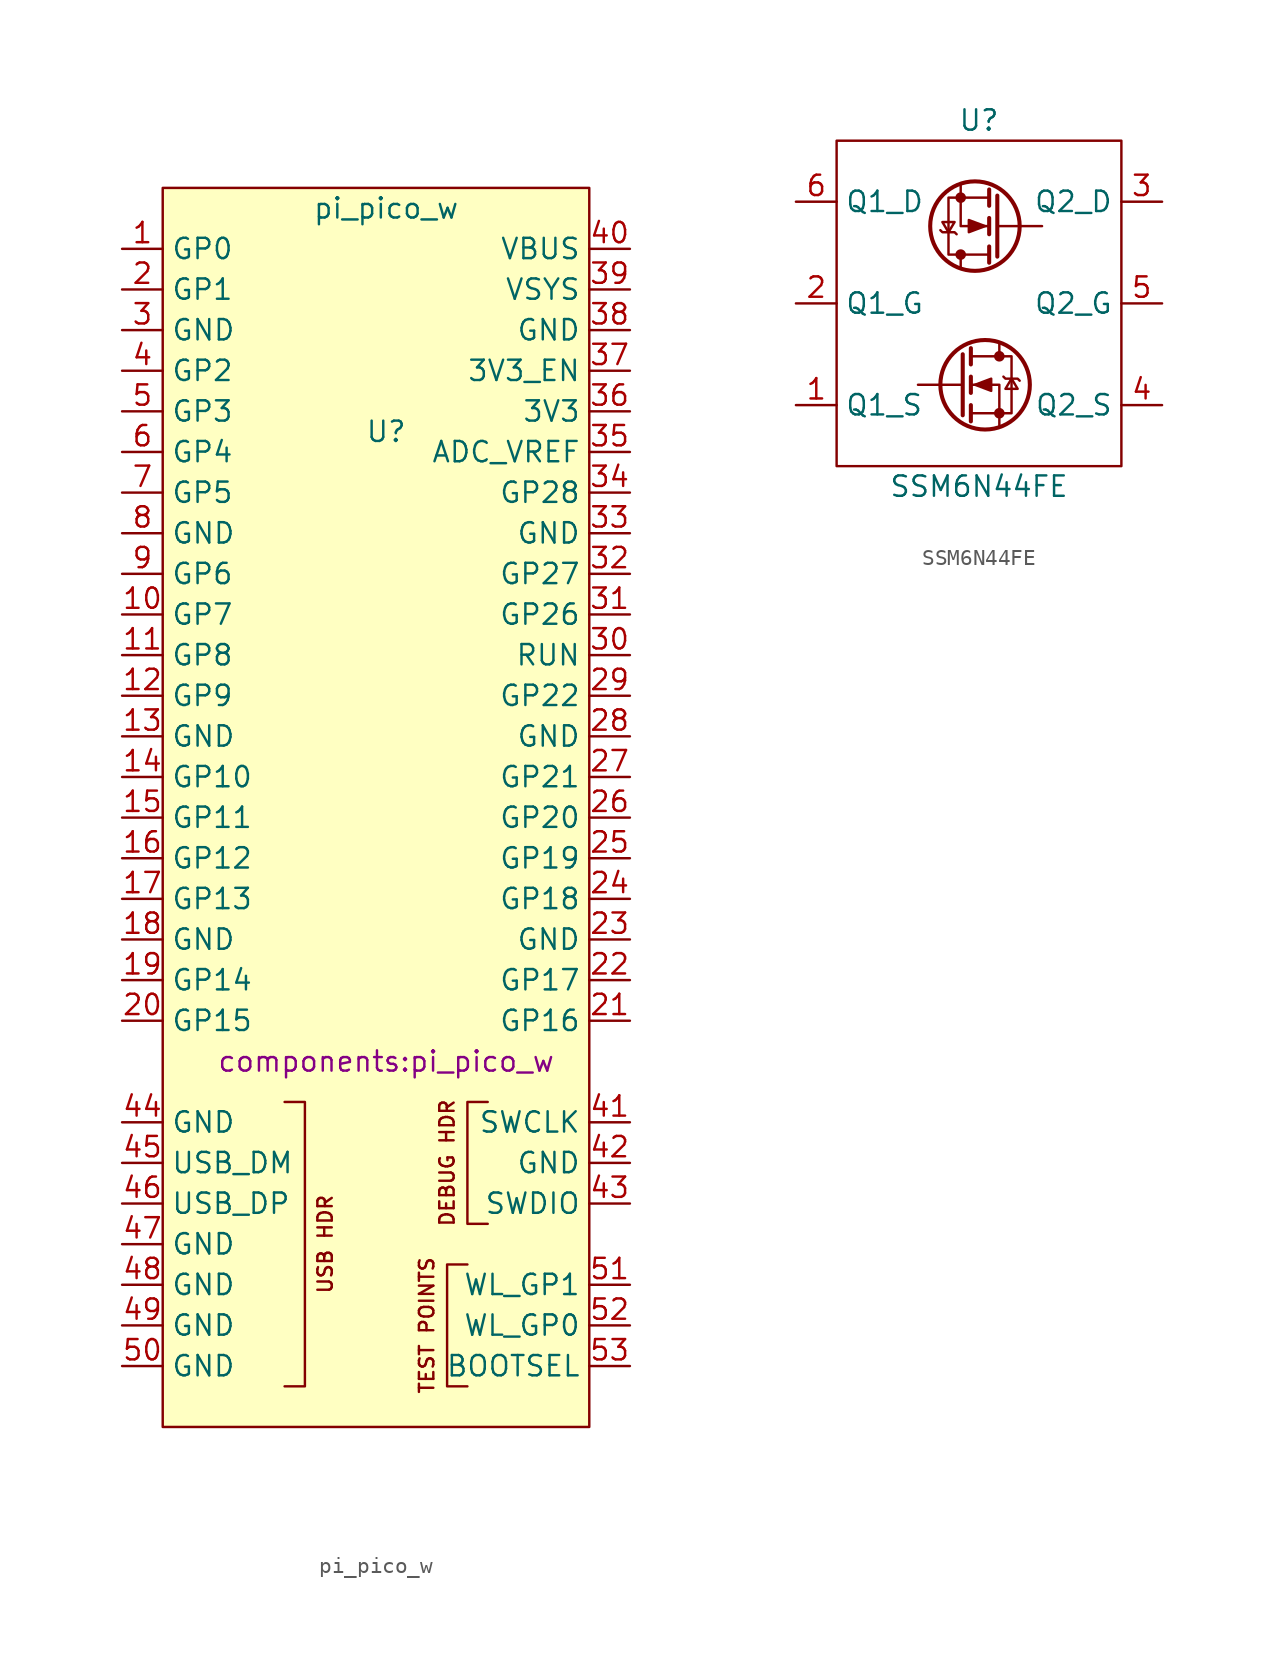
<source format=kicad_sym>
(kicad_symbol_lib
  (version 20211014)
  (generator kicad_symbol_editor)
  (symbol "pi_pico_w"
    (property "Reference" "U"
      (at 0 15.24 0)
      (effects (font (size 1.27 1.27))))
    (property "Value" "pi_pico_w"
      (at 0 29.21 0)
      (effects (font (size 1.27 1.27))))
    (property "Footprint" "components:pi_pico_w"
      (at 0 -24.13 0)
      (effects (font (size 1.27 1.27))))
    (symbol "pi_pico_w_0_0"
      (polyline (pts (xy 5.08 -44.45) (xy 3.81 -44.45) (xy 3.81 -36.83) (xy 5.08 -36.83)) (stroke (width 0) (type default) (color 0 0 0 0)) (fill (type none)))
      (text "DEBUG HDR" (at 3.81 -30.48 900) (effects (font (size 0.9 0.9))))
      (text "TEST POINTS" (at 2.54 -40.64 900) (effects (font (size 0.9 0.9))))
      (text "USB HDR" (at -3.81 -35.56 900) (effects (font (size 0.9 0.9)))))
    (symbol "pi_pico_w_0_1"
      (rectangle (start -13.97 30.48) (end 12.7 -46.99) (stroke (width 0) (type default) (color 0 0 0 0)) (fill (type background)))
      (polyline (pts (xy -6.35 -44.45) (xy -5.08 -44.45) (xy -5.08 -26.67) (xy -6.35 -26.67)) (stroke (width 0) (type default) (color 0 0 0 0)) (fill (type none)))
      (polyline (pts (xy 6.35 -26.67) (xy 5.08 -26.67) (xy 5.08 -34.29) (xy 6.35 -34.29)) (stroke (width 0) (type default) (color 0 0 0 0)) (fill (type none))))
    (symbol "pi_pico_w_1_1"
      (pin bidirectional line (at -16.51 26.67 0) (length 2.54) (name "GP0" (effects (font (size 1.27 1.27)))) (number "1" (effects (font (size 1.27 1.27)))))
      (pin bidirectional line (at -16.51 3.81 0) (length 2.54) (name "GP7" (effects (font (size 1.27 1.27)))) (number "10" (effects (font (size 1.27 1.27)))))
      (pin bidirectional line (at -16.51 1.27 0) (length 2.54) (name "GP8" (effects (font (size 1.27 1.27)))) (number "11" (effects (font (size 1.27 1.27)))))
      (pin bidirectional line (at -16.51 -1.27 0) (length 2.54) (name "GP9" (effects (font (size 1.27 1.27)))) (number "12" (effects (font (size 1.27 1.27)))))
      (pin bidirectional line (at -16.51 -3.81 0) (length 2.54) (name "GND" (effects (font (size 1.27 1.27)))) (number "13" (effects (font (size 1.27 1.27)))))
      (pin bidirectional line (at -16.51 -6.35 0) (length 2.54) (name "GP10" (effects (font (size 1.27 1.27)))) (number "14" (effects (font (size 1.27 1.27)))))
      (pin bidirectional line (at -16.51 -8.89 0) (length 2.54) (name "GP11" (effects (font (size 1.27 1.27)))) (number "15" (effects (font (size 1.27 1.27)))))
      (pin bidirectional line (at -16.51 -11.43 0) (length 2.54) (name "GP12" (effects (font (size 1.27 1.27)))) (number "16" (effects (font (size 1.27 1.27)))))
      (pin bidirectional line (at -16.51 -13.97 0) (length 2.54) (name "GP13" (effects (font (size 1.27 1.27)))) (number "17" (effects (font (size 1.27 1.27)))))
      (pin bidirectional line (at -16.51 -16.51 0) (length 2.54) (name "GND" (effects (font (size 1.27 1.27)))) (number "18" (effects (font (size 1.27 1.27)))))
      (pin bidirectional line (at -16.51 -19.05 0) (length 2.54) (name "GP14" (effects (font (size 1.27 1.27)))) (number "19" (effects (font (size 1.27 1.27)))))
      (pin bidirectional line (at -16.51 24.13 0) (length 2.54) (name "GP1" (effects (font (size 1.27 1.27)))) (number "2" (effects (font (size 1.27 1.27)))))
      (pin bidirectional line (at -16.51 -21.59 0) (length 2.54) (name "GP15" (effects (font (size 1.27 1.27)))) (number "20" (effects (font (size 1.27 1.27)))))
      (pin bidirectional line (at 15.24 -21.59 180) (length 2.54) (name "GP16" (effects (font (size 1.27 1.27)))) (number "21" (effects (font (size 1.27 1.27)))))
      (pin bidirectional line (at 15.24 -19.05 180) (length 2.54) (name "GP17" (effects (font (size 1.27 1.27)))) (number "22" (effects (font (size 1.27 1.27)))))
      (pin bidirectional line (at 15.24 -16.51 180) (length 2.54) (name "GND" (effects (font (size 1.27 1.27)))) (number "23" (effects (font (size 1.27 1.27)))))
      (pin bidirectional line (at 15.24 -13.97 180) (length 2.54) (name "GP18" (effects (font (size 1.27 1.27)))) (number "24" (effects (font (size 1.27 1.27)))))
      (pin bidirectional line (at 15.24 -11.43 180) (length 2.54) (name "GP19" (effects (font (size 1.27 1.27)))) (number "25" (effects (font (size 1.27 1.27)))))
      (pin bidirectional line (at 15.24 -8.89 180) (length 2.54) (name "GP20" (effects (font (size 1.27 1.27)))) (number "26" (effects (font (size 1.27 1.27)))))
      (pin bidirectional line (at 15.24 -6.35 180) (length 2.54) (name "GP21" (effects (font (size 1.27 1.27)))) (number "27" (effects (font (size 1.27 1.27)))))
      (pin bidirectional line (at 15.24 -3.81 180) (length 2.54) (name "GND" (effects (font (size 1.27 1.27)))) (number "28" (effects (font (size 1.27 1.27)))))
      (pin bidirectional line (at 15.24 -1.27 180) (length 2.54) (name "GP22" (effects (font (size 1.27 1.27)))) (number "29" (effects (font (size 1.27 1.27)))))
      (pin bidirectional line (at -16.51 21.59 0) (length 2.54) (name "GND" (effects (font (size 1.27 1.27)))) (number "3" (effects (font (size 1.27 1.27)))))
      (pin bidirectional line (at 15.24 1.27 180) (length 2.54) (name "RUN" (effects (font (size 1.27 1.27)))) (number "30" (effects (font (size 1.27 1.27)))))
      (pin bidirectional line (at 15.24 3.81 180) (length 2.54) (name "GP26" (effects (font (size 1.27 1.27)))) (number "31" (effects (font (size 1.27 1.27)))))
      (pin bidirectional line (at 15.24 6.35 180) (length 2.54) (name "GP27" (effects (font (size 1.27 1.27)))) (number "32" (effects (font (size 1.27 1.27)))))
      (pin bidirectional line (at 15.24 8.89 180) (length 2.54) (name "GND" (effects (font (size 1.27 1.27)))) (number "33" (effects (font (size 1.27 1.27)))))
      (pin bidirectional line (at 15.24 11.43 180) (length 2.54) (name "GP28" (effects (font (size 1.27 1.27)))) (number "34" (effects (font (size 1.27 1.27)))))
      (pin input line (at 15.24 13.97 180) (length 2.54) (name "ADC_VREF" (effects (font (size 1.27 1.27)))) (number "35" (effects (font (size 1.27 1.27)))))
      (pin power_out line (at 15.24 16.51 180) (length 2.54) (name "3V3" (effects (font (size 1.27 1.27)))) (number "36" (effects (font (size 1.27 1.27)))))
      (pin input line (at 15.24 19.05 180) (length 2.54) (name "3V3_EN" (effects (font (size 1.27 1.27)))) (number "37" (effects (font (size 1.27 1.27)))))
      (pin bidirectional line (at 15.24 21.59 180) (length 2.54) (name "GND" (effects (font (size 1.27 1.27)))) (number "38" (effects (font (size 1.27 1.27)))))
      (pin power_in line (at 15.24 24.13 180) (length 2.54) (name "VSYS" (effects (font (size 1.27 1.27)))) (number "39" (effects (font (size 1.27 1.27)))))
      (pin bidirectional line (at -16.51 19.05 0) (length 2.54) (name "GP2" (effects (font (size 1.27 1.27)))) (number "4" (effects (font (size 1.27 1.27)))))
      (pin power_in line (at 15.24 26.67 180) (length 2.54) (name "VBUS" (effects (font (size 1.27 1.27)))) (number "40" (effects (font (size 1.27 1.27)))))
      (pin bidirectional line (at 15.24 -27.94 180) (length 2.54) (name "SWCLK" (effects (font (size 1.27 1.27)))) (number "41" (effects (font (size 1.27 1.27)))))
      (pin bidirectional line (at 15.24 -30.48 180) (length 2.54) (name "GND" (effects (font (size 1.27 1.27)))) (number "42" (effects (font (size 1.27 1.27)))))
      (pin bidirectional line (at 15.24 -33.02 180) (length 2.54) (name "SWDIO" (effects (font (size 1.27 1.27)))) (number "43" (effects (font (size 1.27 1.27)))))
      (pin bidirectional line (at -16.51 -27.94 0) (length 2.54) (name "GND" (effects (font (size 1.27 1.27)))) (number "44" (effects (font (size 1.27 1.27)))))
      (pin bidirectional line (at -16.51 -30.48 0) (length 2.54) (name "USB_DM" (effects (font (size 1.27 1.27)))) (number "45" (effects (font (size 1.27 1.27)))))
      (pin bidirectional line (at -16.51 -33.02 0) (length 2.54) (name "USB_DP" (effects (font (size 1.27 1.27)))) (number "46" (effects (font (size 1.27 1.27)))))
      (pin bidirectional line (at -16.51 -35.56 0) (length 2.54) (name "GND" (effects (font (size 1.27 1.27)))) (number "47" (effects (font (size 1.27 1.27)))))
      (pin bidirectional line (at -16.51 -38.1 0) (length 2.54) (name "GND" (effects (font (size 1.27 1.27)))) (number "48" (effects (font (size 1.27 1.27)))))
      (pin bidirectional line (at -16.51 -40.64 0) (length 2.54) (name "GND" (effects (font (size 1.27 1.27)))) (number "49" (effects (font (size 1.27 1.27)))))
      (pin bidirectional line (at -16.51 16.51 0) (length 2.54) (name "GP3" (effects (font (size 1.27 1.27)))) (number "5" (effects (font (size 1.27 1.27)))))
      (pin bidirectional line (at -16.51 -43.18 0) (length 2.54) (name "GND" (effects (font (size 1.27 1.27)))) (number "50" (effects (font (size 1.27 1.27)))))
      (pin bidirectional line (at 15.24 -38.1 180) (length 2.54) (name "WL_GP1" (effects (font (size 1.27 1.27)))) (number "51" (effects (font (size 1.27 1.27)))))
      (pin bidirectional line (at 15.24 -40.64 180) (length 2.54) (name "WL_GP0" (effects (font (size 1.27 1.27)))) (number "52" (effects (font (size 1.27 1.27)))))
      (pin bidirectional line (at 15.24 -43.18 180) (length 2.54) (name "BOOTSEL" (effects (font (size 1.27 1.27)))) (number "53" (effects (font (size 1.27 1.27)))))
      (pin bidirectional line (at -16.51 13.97 0) (length 2.54) (name "GP4" (effects (font (size 1.27 1.27)))) (number "6" (effects (font (size 1.27 1.27)))))
      (pin bidirectional line (at -16.51 11.43 0) (length 2.54) (name "GP5" (effects (font (size 1.27 1.27)))) (number "7" (effects (font (size 1.27 1.27)))))
      (pin bidirectional line (at -16.51 8.89 0) (length 2.54) (name "GND" (effects (font (size 1.27 1.27)))) (number "8" (effects (font (size 1.27 1.27)))))
      (pin bidirectional line (at -16.51 6.35 0) (length 2.54) (name "GP6" (effects (font (size 1.27 1.27)))) (number "9" (effects (font (size 1.27 1.27)))))))
  (symbol "SSM6N44FE"
    (property "Reference" "U"
      (at 0 11.43 0)
      (effects (font (size 1.27 1.27))))
    (property "Value" "SSM6N44FE"
      (at 0 -11.43 0)
      (effects (font (size 1.27 1.27))))
    (symbol "SSM6N44FE_0_1"
      (rectangle (start -8.89 10.16) (end 8.89 -10.16) (stroke (width 0) (type default) (color 0 0 0 0)) (fill (type none)))
      (circle (center -1.143 3.048) (radius 0.254) (stroke (width 0) (type default) (color 0 0 0 0)) (fill (type outline)))
      (circle (center -1.143 6.604) (radius 0.254) (stroke (width 0) (type default) (color 0 0 0 0)) (fill (type outline)))
      (circle (center -0.254 4.826) (radius 2.794) (stroke (width 0.254) (type default) (color 0 0 0 0)) (fill (type none)))
      (polyline (pts (xy -1.143 2.286) (xy -1.143 3.048)) (stroke (width 0) (type default) (color 0 0 0 0)) (fill (type none)))
      (polyline (pts (xy -1.016 -5.08) (xy -3.81 -5.08)) (stroke (width 0) (type default) (color 0 0 0 0)) (fill (type none)))
      (polyline (pts (xy -1.016 -3.175) (xy -1.016 -6.985)) (stroke (width 0.254) (type default) (color 0 0 0 0)) (fill (type none)))
      (polyline (pts (xy -0.508 -6.35) (xy -0.508 -7.366)) (stroke (width 0.254) (type default) (color 0 0 0 0)) (fill (type none)))
      (polyline (pts (xy -0.508 -4.572) (xy -0.508 -5.588)) (stroke (width 0.254) (type default) (color 0 0 0 0)) (fill (type none)))
      (polyline (pts (xy -0.508 -2.794) (xy -0.508 -3.81)) (stroke (width 0.254) (type default) (color 0 0 0 0)) (fill (type none)))
      (polyline (pts (xy 0.635 2.54) (xy 0.635 3.556)) (stroke (width 0.254) (type default) (color 0 0 0 0)) (fill (type none)))
      (polyline (pts (xy 0.635 4.318) (xy 0.635 5.334)) (stroke (width 0.254) (type default) (color 0 0 0 0)) (fill (type none)))
      (polyline (pts (xy 0.635 6.096) (xy 0.635 7.112)) (stroke (width 0.254) (type default) (color 0 0 0 0)) (fill (type none)))
      (polyline (pts (xy 1.143 2.921) (xy 1.143 6.731)) (stroke (width 0.254) (type default) (color 0 0 0 0)) (fill (type none)))
      (polyline (pts (xy 1.143 4.826) (xy 3.937 4.826)) (stroke (width 0) (type default) (color 0 0 0 0)) (fill (type none)))
      (polyline (pts (xy 1.27 -2.54) (xy 1.27 -3.302)) (stroke (width 0) (type default) (color 0 0 0 0)) (fill (type none)))
      (polyline (pts (xy -1.143 7.366) (xy -1.143 4.826) (xy 0.635 4.826)) (stroke (width 0) (type default) (color 0 0 0 0)) (fill (type none)))
      (polyline (pts (xy 1.27 -7.62) (xy 1.27 -5.08) (xy -0.508 -5.08)) (stroke (width 0) (type default) (color 0 0 0 0)) (fill (type none)))
      (polyline (pts (xy -1.905 4.445) (xy -1.524 5.08) (xy -2.286 5.08) (xy -1.905 4.445)) (stroke (width 0) (type default) (color 0 0 0 0)) (fill (type none)))
      (polyline (pts (xy -1.397 4.318) (xy -1.524 4.445) (xy -2.286 4.445) (xy -2.413 4.572)) (stroke (width 0) (type default) (color 0 0 0 0)) (fill (type none)))
      (polyline (pts (xy -0.508 -6.858) (xy 2.032 -6.858) (xy 2.032 -3.302) (xy -0.508 -3.302)) (stroke (width 0) (type default) (color 0 0 0 0)) (fill (type none)))
      (polyline (pts (xy -0.254 -5.08) (xy 0.762 -4.699) (xy 0.762 -5.461) (xy -0.254 -5.08)) (stroke (width 0) (type default) (color 0 0 0 0)) (fill (type outline)))
      (polyline (pts (xy 0.381 4.826) (xy -0.635 4.445) (xy -0.635 5.207) (xy 0.381 4.826)) (stroke (width 0) (type default) (color 0 0 0 0)) (fill (type outline)))
      (polyline (pts (xy 0.635 6.604) (xy -1.905 6.604) (xy -1.905 3.048) (xy 0.635 3.048)) (stroke (width 0) (type default) (color 0 0 0 0)) (fill (type none)))
      (polyline (pts (xy 1.524 -4.572) (xy 1.651 -4.699) (xy 2.413 -4.699) (xy 2.54 -4.826)) (stroke (width 0) (type default) (color 0 0 0 0)) (fill (type none)))
      (polyline (pts (xy 2.032 -4.699) (xy 1.651 -5.334) (xy 2.413 -5.334) (xy 2.032 -4.699)) (stroke (width 0) (type default) (color 0 0 0 0)) (fill (type none)))
      (circle (center 0.381 -5.08) (radius 2.794) (stroke (width 0.254) (type default) (color 0 0 0 0)) (fill (type none)))
      (circle (center 1.27 -6.858) (radius 0.254) (stroke (width 0) (type default) (color 0 0 0 0)) (fill (type outline)))
      (circle (center 1.27 -3.302) (radius 0.254) (stroke (width 0) (type default) (color 0 0 0 0)) (fill (type outline))))
    (symbol "SSM6N44FE_1_1"
      (pin passive line (at -11.43 -6.35 0) (length 2.54) (name "Q1_S" (effects (font (size 1.27 1.27)))) (number "1" (effects (font (size 1.27 1.27)))))
      (pin input line (at -11.43 0 0) (length 2.54) (name "Q1_G" (effects (font (size 1.27 1.27)))) (number "2" (effects (font (size 1.27 1.27)))))
      (pin passive line (at 11.43 6.35 180) (length 2.54) (name "Q2_D" (effects (font (size 1.27 1.27)))) (number "3" (effects (font (size 1.27 1.27)))))
      (pin passive line (at 11.43 -6.35 180) (length 2.54) (name "Q2_S" (effects (font (size 1.27 1.27)))) (number "4" (effects (font (size 1.27 1.27)))))
      (pin input line (at 11.43 0 180) (length 2.54) (name "Q2_G" (effects (font (size 1.27 1.27)))) (number "5" (effects (font (size 1.27 1.27)))))
      (pin passive line (at -11.43 6.35 0) (length 2.54) (name "Q1_D" (effects (font (size 1.27 1.27)))) (number "6" (effects (font (size 1.27 1.27))))))))
</source>
